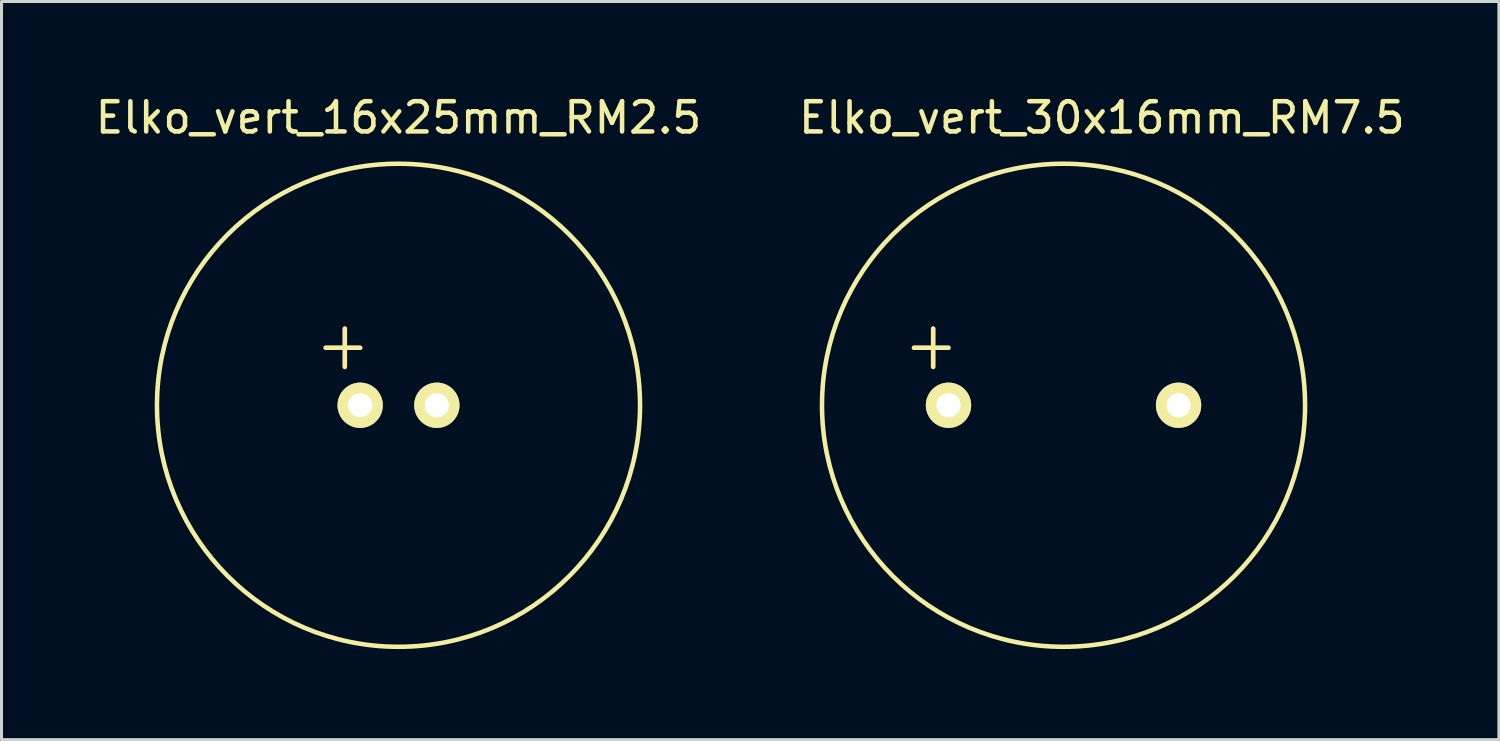
<source format=kicad_pcb>
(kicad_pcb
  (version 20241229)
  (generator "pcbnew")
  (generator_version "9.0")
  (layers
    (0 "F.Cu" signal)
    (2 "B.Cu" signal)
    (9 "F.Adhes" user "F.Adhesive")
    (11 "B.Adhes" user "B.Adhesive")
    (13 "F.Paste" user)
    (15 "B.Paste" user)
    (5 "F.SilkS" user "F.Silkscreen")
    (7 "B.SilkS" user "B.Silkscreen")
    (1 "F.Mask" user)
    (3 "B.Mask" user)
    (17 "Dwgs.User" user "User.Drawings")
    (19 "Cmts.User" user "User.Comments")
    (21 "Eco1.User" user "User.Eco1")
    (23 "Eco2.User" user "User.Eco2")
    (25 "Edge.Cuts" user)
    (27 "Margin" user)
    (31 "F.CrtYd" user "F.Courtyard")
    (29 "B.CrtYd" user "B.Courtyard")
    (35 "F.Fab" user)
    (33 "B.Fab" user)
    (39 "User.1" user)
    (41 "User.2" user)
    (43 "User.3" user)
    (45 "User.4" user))
  (footprint "Elko_vert_16x25mm_RM2.5"
    (layer "F.Cu")
    (at 8.879 10.373)
    (property "Reference" "Elko_vert_16x25mm_RM2.5" (at 1.27 -9.525 0) (layer "F.SilkS") (effects (font (size 1 1) (thickness 0.15))))
    (attr through_hole)
    (fp_line (start -1.143 -1.905) (end 0 -1.905) (stroke (width 0.15) (type solid)) (layer "F.Cu"))
    (fp_line (start -0.508 -2.54) (end -0.508 -1.27) (stroke (width 0.15) (type solid)) (layer "F.Cu"))
    (fp_line (start -1.143 -1.905) (end 0 -1.905) (stroke (width 0.15) (type solid)) (layer "F.SilkS"))
    (fp_line (start -0.508 -2.54) (end -0.508 -1.27) (stroke (width 0.15) (type solid)) (layer "F.SilkS"))
    (fp_circle (center 1.27 0) (end 9.27 0) (stroke (width 0.15) (type solid)) (fill no) (layer "F.SilkS"))
    (pad "1" thru_hole circle (at 0 0) (size 1.501 1.501) (drill 0.8) (layers "*.Cu" "*.Mask" "F.SilkS"))
    (pad "2" thru_hole circle (at 2.54 0) (size 1.501 1.501) (drill 0.8) (layers "*.Cu" "*.Mask" "F.SilkS")))
  (footprint "Elko_vert_30x16mm_RM7.5"
    (layer "F.Cu")
    (at 32.176 10.373)
    (property "Reference" "Elko_vert_30x16mm_RM7.5" (at 1.27 -9.525 0) (layer "F.SilkS") (effects (font (size 1 1) (thickness 0.15))))
    (attr through_hole)
    (fp_line (start -4.953 -1.905) (end -3.81 -1.905) (stroke (width 0.15) (type solid)) (layer "F.Cu"))
    (fp_line (start -4.318 -2.54) (end -4.318 -1.27) (stroke (width 0.15) (type solid)) (layer "F.Cu"))
    (fp_line (start -4.953 -1.905) (end -3.81 -1.905) (stroke (width 0.15) (type solid)) (layer "F.SilkS"))
    (fp_line (start -4.318 -2.54) (end -4.318 -1.27) (stroke (width 0.15) (type solid)) (layer "F.SilkS"))
    (fp_circle (center 0 0) (end 8 0) (stroke (width 0.15) (type solid)) (fill no) (layer "F.SilkS"))
    (pad "1" thru_hole circle (at -3.81 0) (size 1.501 1.501) (drill 0.8) (layers "*.Cu" "*.Mask" "F.SilkS"))
    (pad "2" thru_hole circle (at 3.81 0) (size 1.501 1.501) (drill 0.8) (layers "*.Cu" "*.Mask" "F.SilkS")))
  (gr_rect
    (start -3 -3)
    (end 46.595 21.448)
    (stroke (width 0.1) (type default))
    (fill no)
    (layer "Edge.Cuts")))
</source>
